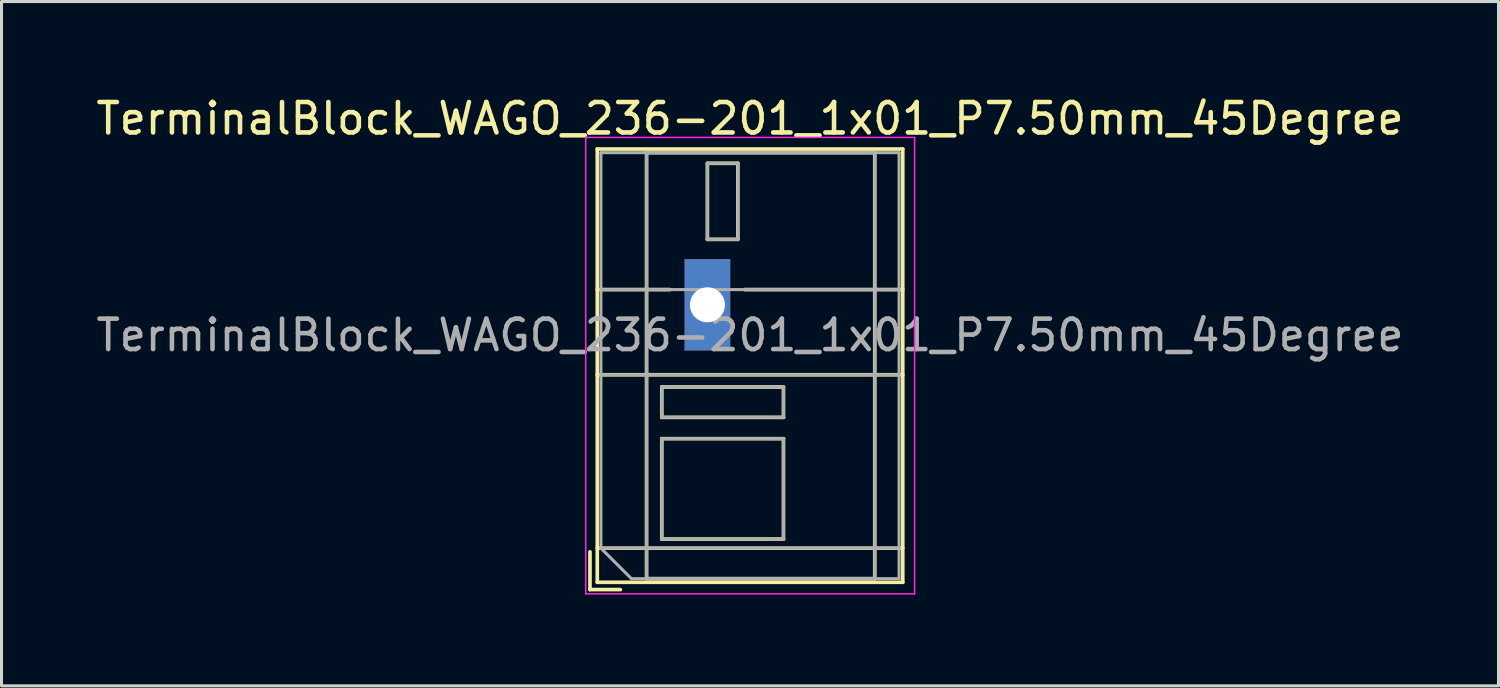
<source format=kicad_pcb>
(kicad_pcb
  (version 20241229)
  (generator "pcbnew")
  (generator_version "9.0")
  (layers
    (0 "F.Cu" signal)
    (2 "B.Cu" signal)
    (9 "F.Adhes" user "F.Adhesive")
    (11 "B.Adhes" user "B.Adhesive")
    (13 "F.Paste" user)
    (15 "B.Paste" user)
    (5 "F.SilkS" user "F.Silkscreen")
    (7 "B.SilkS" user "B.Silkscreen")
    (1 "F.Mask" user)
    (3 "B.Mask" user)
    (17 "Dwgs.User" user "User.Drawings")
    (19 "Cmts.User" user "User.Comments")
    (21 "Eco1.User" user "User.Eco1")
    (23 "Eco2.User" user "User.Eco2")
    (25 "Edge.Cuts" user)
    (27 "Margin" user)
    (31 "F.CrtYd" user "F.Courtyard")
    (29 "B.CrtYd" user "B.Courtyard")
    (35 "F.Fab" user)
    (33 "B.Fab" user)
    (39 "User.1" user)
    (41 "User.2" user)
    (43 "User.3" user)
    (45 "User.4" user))
  (footprint "TerminalBlock_WAGO_236-201_1x01_P7.50mm_45Degree"
    (layer "F.Cu")
    (at 20.201 6.968)
    (property "Reference" "TerminalBlock_WAGO_236-201_1x01_P7.50mm_45Degree" (at 1.4 -6.12 0) (layer "F.SilkS") (effects (font (size 1 1) (thickness 0.15))))
    (attr through_hole)
    (fp_line (start -3.86 8.12) (end -3.86 9.36) (stroke (width 0.12) (type solid)) (layer "F.SilkS"))
    (fp_line (start -3.86 9.36) (end -2.86 9.36) (stroke (width 0.12) (type solid)) (layer "F.SilkS"))
    (fp_line (start -3.62 -5.12) (end -3.62 9.12) (stroke (width 0.12) (type solid)) (layer "F.SilkS"))
    (fp_line (start -3.62 -5.12) (end 6.421 -5.12) (stroke (width 0.12) (type solid)) (layer "F.SilkS"))
    (fp_line (start -3.62 -0.5) (end -1.23 -0.5) (stroke (width 0.12) (type solid)) (layer "F.SilkS"))
    (fp_line (start -3.62 2.3) (end 6.421 2.3) (stroke (width 0.12) (type solid)) (layer "F.SilkS"))
    (fp_line (start -3.62 8) (end 6.421 8) (stroke (width 0.12) (type solid)) (layer "F.SilkS"))
    (fp_line (start -3.62 9.12) (end 6.421 9.12) (stroke (width 0.12) (type solid)) (layer "F.SilkS"))
    (fp_line (start -2 -5) (end -2 9) (stroke (width 0.12) (type solid)) (layer "F.SilkS"))
    (fp_line (start -2 -5) (end 5.5 -5) (stroke (width 0.12) (type solid)) (layer "F.SilkS"))
    (fp_line (start -2 9) (end 5.5 9) (stroke (width 0.12) (type solid)) (layer "F.SilkS"))
    (fp_line (start -1.5 2.7) (end -1.5 3.7) (stroke (width 0.12) (type solid)) (layer "F.SilkS"))
    (fp_line (start -1.5 2.7) (end 2.5 2.7) (stroke (width 0.12) (type solid)) (layer "F.SilkS"))
    (fp_line (start -1.5 3.7) (end 2.5 3.7) (stroke (width 0.12) (type solid)) (layer "F.SilkS"))
    (fp_line (start -1.5 4.4) (end -1.5 7.7) (stroke (width 0.12) (type solid)) (layer "F.SilkS"))
    (fp_line (start -1.5 4.4) (end 2.5 4.4) (stroke (width 0.12) (type solid)) (layer "F.SilkS"))
    (fp_line (start -1.5 7.7) (end 2.5 7.7) (stroke (width 0.12) (type solid)) (layer "F.SilkS"))
    (fp_line (start 0 -4.65) (end 0 -2.151) (stroke (width 0.12) (type solid)) (layer "F.SilkS"))
    (fp_line (start 0 -4.65) (end 1 -4.65) (stroke (width 0.12) (type solid)) (layer "F.SilkS"))
    (fp_line (start 0 -2.151) (end 1 -2.151) (stroke (width 0.12) (type solid)) (layer "F.SilkS"))
    (fp_line (start 1 -4.65) (end 1 -2.151) (stroke (width 0.12) (type solid)) (layer "F.SilkS"))
    (fp_line (start 1.23 -0.5) (end 6.421 -0.5) (stroke (width 0.12) (type solid)) (layer "F.SilkS"))
    (fp_line (start 2.5 2.7) (end 2.5 3.7) (stroke (width 0.12) (type solid)) (layer "F.SilkS"))
    (fp_line (start 2.5 4.4) (end 2.5 7.7) (stroke (width 0.12) (type solid)) (layer "F.SilkS"))
    (fp_line (start 5.5 -5) (end 5.5 9) (stroke (width 0.12) (type solid)) (layer "F.SilkS"))
    (fp_line (start 6.421 -5.12) (end 6.421 9.12) (stroke (width 0.12) (type solid)) (layer "F.SilkS"))
    (fp_line (start -4 -5.5) (end -4 9.5) (stroke (width 0.05) (type solid)) (layer "F.CrtYd"))
    (fp_line (start -4 9.5) (end 6.81 9.5) (stroke (width 0.05) (type solid)) (layer "F.CrtYd"))
    (fp_line (start 6.81 -5.5) (end -4 -5.5) (stroke (width 0.05) (type solid)) (layer "F.CrtYd"))
    (fp_line (start 6.81 9.5) (end 6.81 -5.5) (stroke (width 0.05) (type solid)) (layer "F.CrtYd"))
    (fp_line (start -3.5 -5) (end 6.3 -5) (stroke (width 0.1) (type solid)) (layer "F.Fab"))
    (fp_line (start -3.5 -0.5) (end 6.3 -0.5) (stroke (width 0.1) (type solid)) (layer "F.Fab"))
    (fp_line (start -3.5 2.3) (end 6.3 2.3) (stroke (width 0.1) (type solid)) (layer "F.Fab"))
    (fp_line (start -3.5 8) (end -3.5 -5) (stroke (width 0.1) (type solid)) (layer "F.Fab"))
    (fp_line (start -3.5 8) (end 6.3 8) (stroke (width 0.1) (type solid)) (layer "F.Fab"))
    (fp_line (start -2.5 9) (end -3.5 8) (stroke (width 0.1) (type solid)) (layer "F.Fab"))
    (fp_line (start -2 -5) (end -2 9) (stroke (width 0.1) (type solid)) (layer "F.Fab"))
    (fp_line (start -2 9) (end 5.5 9) (stroke (width 0.1) (type solid)) (layer "F.Fab"))
    (fp_line (start -1.5 2.7) (end -1.5 3.7) (stroke (width 0.1) (type solid)) (layer "F.Fab"))
    (fp_line (start -1.5 3.7) (end 2.5 3.7) (stroke (width 0.1) (type solid)) (layer "F.Fab"))
    (fp_line (start -1.5 4.4) (end -1.5 7.7) (stroke (width 0.1) (type solid)) (layer "F.Fab"))
    (fp_line (start -1.5 7.7) (end 2.5 7.7) (stroke (width 0.1) (type solid)) (layer "F.Fab"))
    (fp_line (start 0 -4.65) (end 0 -2.15) (stroke (width 0.1) (type solid)) (layer "F.Fab"))
    (fp_line (start 0 -2.15) (end 1 -2.15) (stroke (width 0.1) (type solid)) (layer "F.Fab"))
    (fp_line (start 1 -4.65) (end 0 -4.65) (stroke (width 0.1) (type solid)) (layer "F.Fab"))
    (fp_line (start 1 -2.15) (end 1 -4.65) (stroke (width 0.1) (type solid)) (layer "F.Fab"))
    (fp_line (start 2.5 2.7) (end -1.5 2.7) (stroke (width 0.1) (type solid)) (layer "F.Fab"))
    (fp_line (start 2.5 3.7) (end 2.5 2.7) (stroke (width 0.1) (type solid)) (layer "F.Fab"))
    (fp_line (start 2.5 4.4) (end -1.5 4.4) (stroke (width 0.1) (type solid)) (layer "F.Fab"))
    (fp_line (start 2.5 7.7) (end 2.5 4.4) (stroke (width 0.1) (type solid)) (layer "F.Fab"))
    (fp_line (start 5.5 -5) (end -2 -5) (stroke (width 0.1) (type solid)) (layer "F.Fab"))
    (fp_line (start 5.5 9) (end 5.5 -5) (stroke (width 0.1) (type solid)) (layer "F.Fab"))
    (fp_line (start 6.3 -5) (end 6.3 9) (stroke (width 0.1) (type solid)) (layer "F.Fab"))
    (fp_line (start 6.3 9) (end -2.5 9) (stroke (width 0.1) (type solid)) (layer "F.Fab"))
    (fp_text user "${REFERENCE}" (at 1.4 1 0) (layer "F.Fab") (effects (font (size 1 1) (thickness 0.15))))
    (pad "1" thru_hole rect (at 0 0) (size 1.5 3) (drill 1.15) (layers "*.Cu" "*.Mask")))
  (gr_rect
    (start -3 -3)
    (end 46.202 19.493)
    (stroke (width 0.1) (type default))
    (fill no)
    (layer "Edge.Cuts")))
</source>
